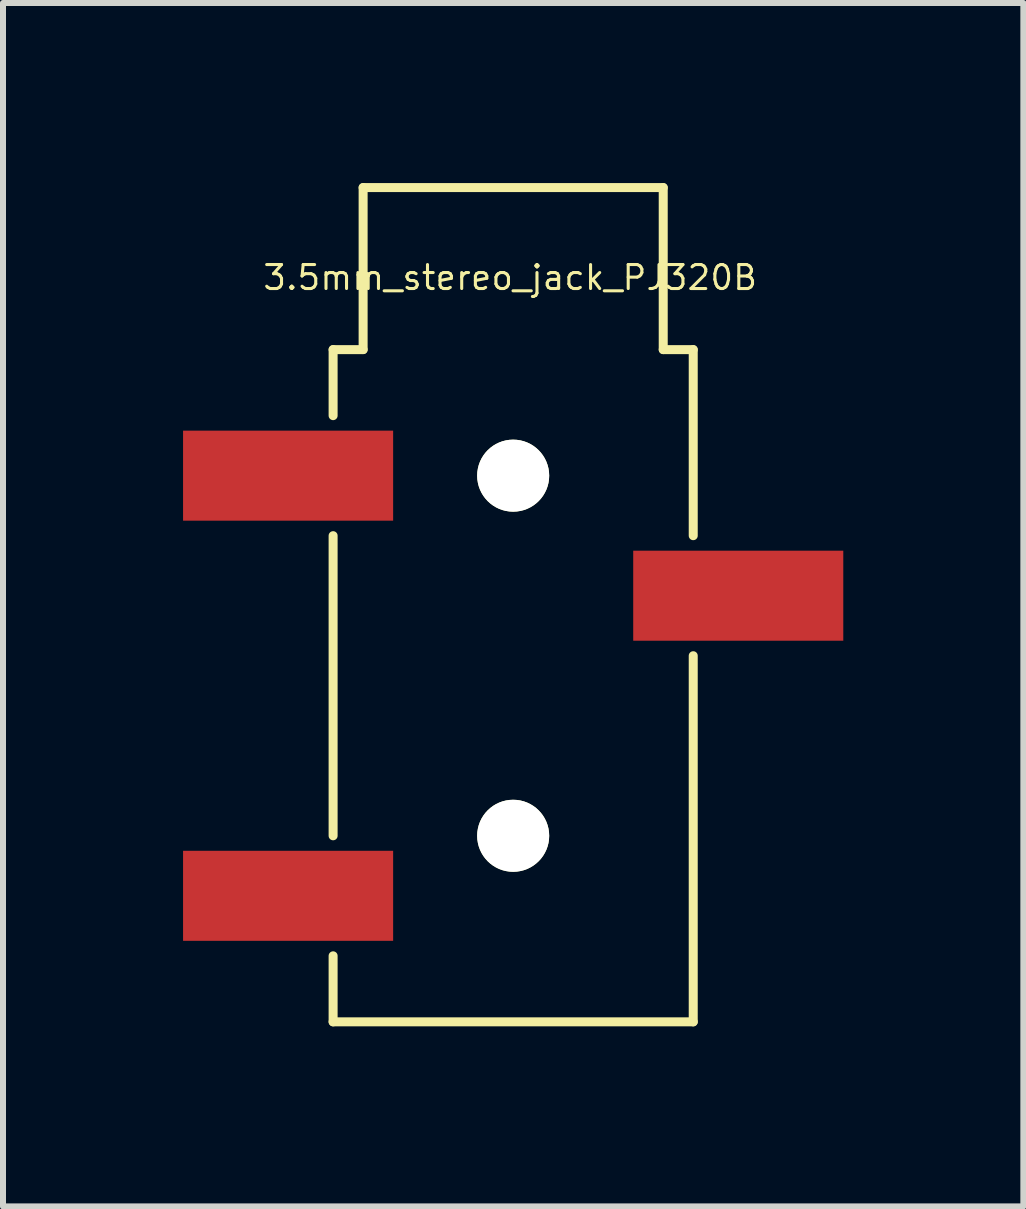
<source format=kicad_pcb>
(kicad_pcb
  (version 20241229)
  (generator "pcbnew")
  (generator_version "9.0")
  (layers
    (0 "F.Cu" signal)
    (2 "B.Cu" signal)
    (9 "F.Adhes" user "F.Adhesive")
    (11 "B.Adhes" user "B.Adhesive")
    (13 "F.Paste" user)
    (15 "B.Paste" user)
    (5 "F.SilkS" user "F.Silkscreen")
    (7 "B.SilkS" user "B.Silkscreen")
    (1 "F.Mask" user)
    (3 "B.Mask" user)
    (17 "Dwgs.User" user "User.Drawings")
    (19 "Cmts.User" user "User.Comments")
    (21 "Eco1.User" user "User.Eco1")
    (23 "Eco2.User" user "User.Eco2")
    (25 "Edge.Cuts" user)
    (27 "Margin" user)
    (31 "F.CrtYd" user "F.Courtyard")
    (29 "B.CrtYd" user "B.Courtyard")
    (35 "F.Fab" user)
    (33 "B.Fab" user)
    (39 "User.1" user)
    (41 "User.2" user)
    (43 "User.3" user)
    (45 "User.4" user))
  (footprint "3.5mm_stereo_jack_PJ320B"
    (layer "F.Cu")
    (at 5.5 4.875)
    (property "Reference" "3.5mm_stereo_jack_PJ320B" (at -0.05 -3.3 0) (layer "F.SilkS") (effects (font (size 0.399 0.399) (thickness 0.051))))
    (attr through_hole)
    (fp_line (start -3 -2.1) (end -2.5 -2.1) (stroke (width 0.15) (type solid)) (layer "F.SilkS"))
    (fp_line (start -3 -1) (end -3 -2.1) (stroke (width 0.15) (type solid)) (layer "F.SilkS"))
    (fp_line (start -3 1) (end -3 6) (stroke (width 0.15) (type solid)) (layer "F.SilkS"))
    (fp_line (start -3 9.1) (end -3 8) (stroke (width 0.15) (type solid)) (layer "F.SilkS"))
    (fp_line (start -2.5 -4.8) (end 2.5 -4.8) (stroke (width 0.15) (type solid)) (layer "F.SilkS"))
    (fp_line (start -2.5 -2.1) (end -2.5 -4.8) (stroke (width 0.15) (type solid)) (layer "F.SilkS"))
    (fp_line (start 2.5 -4.8) (end 2.5 -2.1) (stroke (width 0.15) (type solid)) (layer "F.SilkS"))
    (fp_line (start 2.5 -2.1) (end 3 -2.1) (stroke (width 0.15) (type solid)) (layer "F.SilkS"))
    (fp_line (start 3 -2.1) (end 3 1) (stroke (width 0.15) (type solid)) (layer "F.SilkS"))
    (fp_line (start 3 3) (end 3 9.1) (stroke (width 0.15) (type solid)) (layer "F.SilkS"))
    (fp_line (start 3 9.1) (end -3 9.1) (stroke (width 0.15) (type solid)) (layer "F.SilkS"))
    (pad "" np_thru_hole circle (at 0 0) (size 1.2 1.2) (drill 1.2) (layers "*.Cu" "*.Mask" "F.SilkS"))
    (pad "" np_thru_hole circle (at 0 6) (size 1.2 1.2) (drill 1.2) (layers "*.Cu" "*.Mask" "F.SilkS"))
    (pad "1" smd rect (at -3.75 0) (size 3.5 1.5) (layers "F.Cu" "F.Mask" "F.Paste"))
    (pad "2" smd rect (at 3.75 2) (size 3.5 1.5) (layers "F.Cu" "F.Mask" "F.Paste"))
    (pad "5" smd rect (at -3.75 7) (size 3.5 1.5) (layers "F.Cu" "F.Mask" "F.Paste")))
  (gr_rect
    (start -3 -3)
    (end 14 17.05)
    (stroke (width 0.1) (type default))
    (fill no)
    (layer "Edge.Cuts")))
</source>
